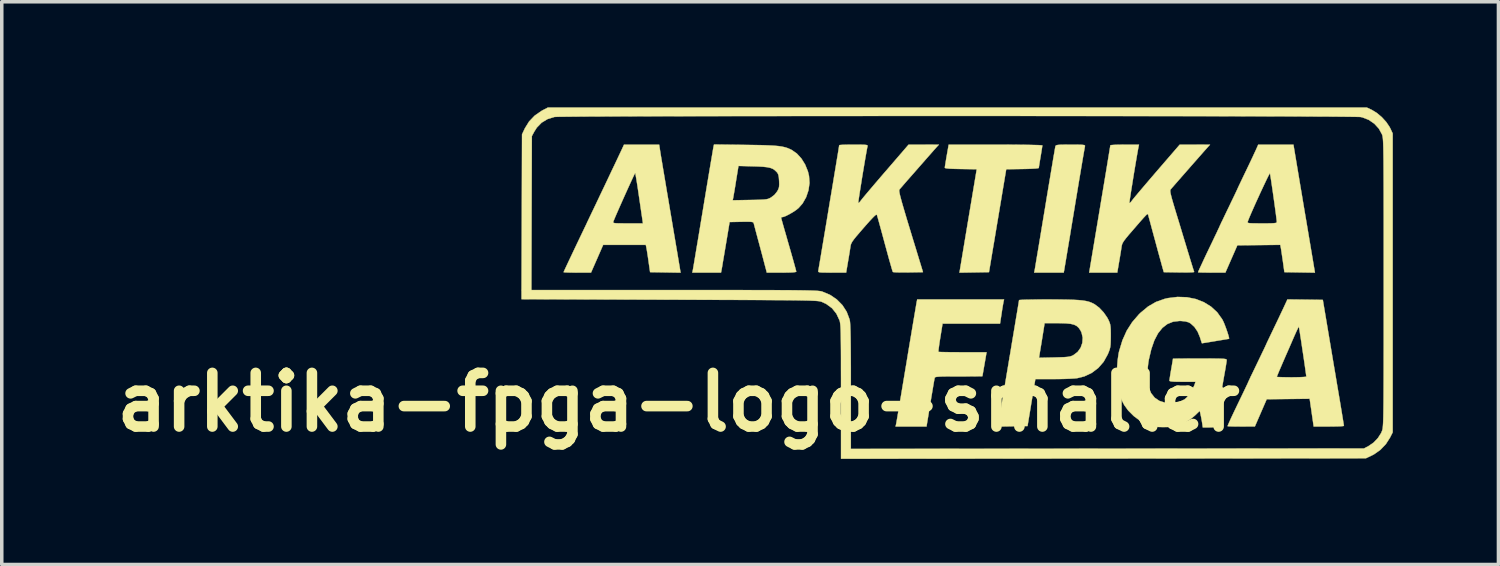
<source format=kicad_pcb>
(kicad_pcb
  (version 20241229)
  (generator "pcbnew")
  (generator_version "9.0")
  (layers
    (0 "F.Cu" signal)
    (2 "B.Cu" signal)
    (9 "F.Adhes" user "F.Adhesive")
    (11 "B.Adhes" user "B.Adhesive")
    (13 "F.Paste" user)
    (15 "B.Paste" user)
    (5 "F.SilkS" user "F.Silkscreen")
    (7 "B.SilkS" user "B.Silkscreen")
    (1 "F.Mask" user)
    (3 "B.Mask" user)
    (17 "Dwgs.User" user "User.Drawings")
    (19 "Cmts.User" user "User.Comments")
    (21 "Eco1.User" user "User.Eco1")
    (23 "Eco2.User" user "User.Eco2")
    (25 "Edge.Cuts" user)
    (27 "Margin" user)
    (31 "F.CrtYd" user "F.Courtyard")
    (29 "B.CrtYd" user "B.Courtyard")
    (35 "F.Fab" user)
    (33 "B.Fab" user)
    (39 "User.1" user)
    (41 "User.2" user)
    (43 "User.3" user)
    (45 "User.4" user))
  (footprint "arktika-fpga-logo-smaller"
    (layer "F.Cu")
    (at 23.847 5.84)
    (property "Reference" "arktika-fpga-logo-smaller" (at -7.62 2.54 0) (layer "F.SilkS") (effects (font (size 1.524 1.524) (thickness 0.3))))
    (attr through_hole)
    (fp_poly (pts (xy 1.665 -4.78) (xy 1.916 -4.778) (xy 2.141 -4.776) (xy 2.334 -4.774) (xy 2.493 -4.77) (xy 2.613 -4.767) (xy 2.69 -4.762) (xy 2.72 -4.758) (xy 2.721 -4.757) (xy 2.716 -4.724) (xy 2.705 -4.652) (xy 2.689 -4.551) (xy 2.67 -4.437) (xy 2.65 -4.319) (xy 2.634 -4.219) (xy 2.623 -4.148) (xy 2.619 -4.117) (xy 2.595 -4.11) (xy 2.528 -4.102) (xy 2.426 -4.096) (xy 2.297 -4.091) (xy 2.156 -4.088) (xy 1.694 -4.081) (xy 1.585 -3.432) (xy 1.552 -3.232) (xy 1.512 -2.995) (xy 1.469 -2.736) (xy 1.424 -2.47) (xy 1.381 -2.21) (xy 1.341 -1.971) (xy 1.34 -1.97) (xy 1.204 -1.157) (xy 0.784 -1.15) (xy 0.365 -1.143) (xy 0.61 -2.612) (xy 0.856 -4.081) (xy 0.402 -4.088) (xy 0.225 -4.092) (xy 0.094 -4.097) (xy 0.008 -4.105) (xy -0.039 -4.114) (xy -0.051 -4.124) (xy -0.047 -4.16) (xy -0.035 -4.234) (xy -0.018 -4.338) (xy 0.002 -4.459) (xy 0.004 -4.467) (xy 0.059 -4.78) (xy 1.39 -4.78) (xy 1.665 -4.78)) (stroke (width 0.01) (type solid)) (fill yes) (layer "F.SilkS"))
    (fp_poly (pts (xy 3.68 -4.78) (xy 3.791 -4.778) (xy 3.865 -4.774) (xy 3.908 -4.768) (xy 3.929 -4.758) (xy 3.933 -4.744) (xy 3.931 -4.735) (xy 3.925 -4.703) (xy 3.911 -4.625) (xy 3.89 -4.506) (xy 3.863 -4.348) (xy 3.831 -4.158) (xy 3.794 -3.938) (xy 3.753 -3.694) (xy 3.709 -3.428) (xy 3.662 -3.147) (xy 3.636 -2.987) (xy 3.588 -2.698) (xy 3.542 -2.422) (xy 3.5 -2.163) (xy 3.46 -1.927) (xy 3.425 -1.717) (xy 3.395 -1.538) (xy 3.371 -1.394) (xy 3.353 -1.289) (xy 3.343 -1.227) (xy 3.341 -1.214) (xy 3.327 -1.144) (xy 2.488 -1.144) (xy 2.502 -1.214) (xy 2.509 -1.251) (xy 2.523 -1.333) (xy 2.543 -1.457) (xy 2.57 -1.618) (xy 2.603 -1.812) (xy 2.64 -2.035) (xy 2.681 -2.282) (xy 2.725 -2.549) (xy 2.772 -2.832) (xy 2.798 -2.987) (xy 2.845 -3.276) (xy 2.891 -3.551) (xy 2.934 -3.807) (xy 2.973 -4.041) (xy 3.008 -4.248) (xy 3.037 -4.424) (xy 3.062 -4.565) (xy 3.079 -4.666) (xy 3.09 -4.724) (xy 3.092 -4.735) (xy 3.101 -4.752) (xy 3.123 -4.764) (xy 3.164 -4.772) (xy 3.231 -4.777) (xy 3.333 -4.779) (xy 3.476 -4.78) (xy 3.525 -4.78) (xy 3.68 -4.78)) (stroke (width 0.01) (type solid)) (fill yes) (layer "F.SilkS"))
    (fp_poly (pts (xy 1.619 -0.324) (xy 1.61 -0.277) (xy 1.595 -0.191) (xy 1.577 -0.082) (xy 1.562 0.019) (xy 1.518 0.305) (xy -0.115 0.305) (xy -0.179 0.7) (xy -0.201 0.836) (xy -0.217 0.953) (xy -0.229 1.042) (xy -0.233 1.096) (xy -0.232 1.107) (xy -0.205 1.11) (xy -0.133 1.113) (xy -0.024 1.115) (xy 0.116 1.117) (xy 0.279 1.118) (xy 0.457 1.119) (xy 1.135 1.119) (xy 1.077 1.456) (xy 1.055 1.58) (xy 1.037 1.684) (xy 1.024 1.76) (xy 1.018 1.797) (xy 1.018 1.799) (xy 0.993 1.801) (xy 0.924 1.802) (xy 0.818 1.803) (xy 0.681 1.804) (xy 0.519 1.805) (xy 0.345 1.805) (xy 0.142 1.805) (xy -0.016 1.806) (xy -0.135 1.808) (xy -0.219 1.812) (xy -0.277 1.817) (xy -0.312 1.824) (xy -0.33 1.834) (xy -0.339 1.847) (xy -0.339 1.85) (xy -0.347 1.886) (xy -0.361 1.965) (xy -0.381 2.081) (xy -0.405 2.225) (xy -0.433 2.391) (xy -0.461 2.562) (xy -0.571 3.229) (xy -1.45 3.229) (xy -1.437 3.172) (xy -1.43 3.137) (xy -1.416 3.057) (xy -1.395 2.935) (xy -1.368 2.776) (xy -1.336 2.584) (xy -1.298 2.364) (xy -1.257 2.118) (xy -1.213 1.853) (xy -1.166 1.572) (xy -1.143 1.437) (xy -1.096 1.149) (xy -1.05 0.875) (xy -1.007 0.619) (xy -0.968 0.385) (xy -0.933 0.178) (xy -0.903 0.001) (xy -0.879 -0.14) (xy -0.862 -0.242) (xy -0.852 -0.301) (xy -0.85 -0.311) (xy -0.835 -0.381) (xy 1.633 -0.381) (xy 1.619 -0.324)) (stroke (width 0.01) (type solid)) (fill yes) (layer "F.SilkS"))
    (fp_poly (pts (xy -8.141 -4.608) (xy -8.132 -4.552) (xy -8.116 -4.451) (xy -8.092 -4.31) (xy -8.063 -4.134) (xy -8.028 -3.927) (xy -7.989 -3.695) (xy -7.947 -3.443) (xy -7.901 -3.175) (xy -7.857 -2.911) (xy -7.81 -2.635) (xy -7.766 -2.372) (xy -7.724 -2.125) (xy -7.686 -1.9) (xy -7.652 -1.701) (xy -7.624 -1.533) (xy -7.602 -1.401) (xy -7.586 -1.31) (xy -7.579 -1.264) (xy -7.559 -1.143) (xy -8.425 -1.157) (xy -8.471 -1.475) (xy -8.489 -1.603) (xy -8.507 -1.718) (xy -8.522 -1.809) (xy -8.532 -1.862) (xy -8.532 -1.862) (xy -8.547 -1.932) (xy -9.759 -1.932) (xy -9.931 -1.538) (xy -10.104 -1.144) (xy -10.493 -1.144) (xy -10.627 -1.145) (xy -10.741 -1.147) (xy -10.827 -1.15) (xy -10.875 -1.154) (xy -10.882 -1.156) (xy -10.872 -1.182) (xy -10.842 -1.247) (xy -10.797 -1.344) (xy -10.739 -1.467) (xy -10.671 -1.61) (xy -10.63 -1.697) (xy -10.501 -1.969) (xy -10.368 -2.247) (xy -10.233 -2.529) (xy -10.214 -2.571) (xy -9.475 -2.571) (xy -9.465 -2.559) (xy -9.435 -2.551) (xy -9.379 -2.546) (xy -9.289 -2.544) (xy -9.159 -2.543) (xy -9.059 -2.543) (xy -8.628 -2.543) (xy -8.732 -3.252) (xy -8.759 -3.436) (xy -8.784 -3.604) (xy -8.807 -3.747) (xy -8.826 -3.861) (xy -8.84 -3.939) (xy -8.847 -3.974) (xy -8.848 -3.975) (xy -8.86 -3.955) (xy -8.89 -3.895) (xy -8.933 -3.803) (xy -8.988 -3.684) (xy -9.051 -3.546) (xy -9.119 -3.396) (xy -9.189 -3.24) (xy -9.258 -3.085) (xy -9.323 -2.938) (xy -9.381 -2.806) (xy -9.428 -2.696) (xy -9.462 -2.614) (xy -9.472 -2.587) (xy -9.475 -2.571) (xy -10.214 -2.571) (xy -10.1 -2.81) (xy -9.968 -3.086) (xy -9.842 -3.352) (xy -9.721 -3.605) (xy -9.609 -3.841) (xy -9.508 -4.055) (xy -9.418 -4.243) (xy -9.343 -4.402) (xy -9.284 -4.527) (xy -9.243 -4.614) (xy -9.222 -4.659) (xy -9.166 -4.78) (xy -8.168 -4.78) (xy -8.141 -4.608)) (stroke (width 0.01) (type solid)) (fill yes) (layer "F.SilkS"))
    (fp_poly (pts (xy 3.176 -0.38) (xy 3.402 -0.377) (xy 3.588 -0.372) (xy 3.74 -0.364) (xy 3.864 -0.352) (xy 3.965 -0.336) (xy 4.048 -0.315) (xy 4.12 -0.288) (xy 4.185 -0.256) (xy 4.206 -0.244) (xy 4.337 -0.146) (xy 4.461 -0.014) (xy 4.564 0.134) (xy 4.598 0.199) (xy 4.627 0.264) (xy 4.646 0.323) (xy 4.657 0.388) (xy 4.663 0.473) (xy 4.665 0.59) (xy 4.665 0.661) (xy 4.663 0.796) (xy 4.659 0.895) (xy 4.65 0.971) (xy 4.633 1.04) (xy 4.606 1.114) (xy 4.577 1.182) (xy 4.463 1.388) (xy 4.311 1.563) (xy 4.127 1.703) (xy 3.917 1.803) (xy 3.712 1.855) (xy 3.634 1.863) (xy 3.517 1.87) (xy 3.371 1.876) (xy 3.208 1.88) (xy 3.039 1.881) (xy 3.034 1.881) (xy 2.522 1.881) (xy 2.493 2.053) (xy 2.479 2.133) (xy 2.46 2.252) (xy 2.435 2.398) (xy 2.408 2.56) (xy 2.382 2.721) (xy 2.299 3.216) (xy 1.458 3.23) (xy 1.758 1.443) (xy 1.786 1.276) (xy 2.625 1.276) (xy 3.061 1.267) (xy 3.223 1.262) (xy 3.343 1.258) (xy 3.431 1.251) (xy 3.496 1.241) (xy 3.546 1.227) (xy 3.59 1.207) (xy 3.605 1.199) (xy 3.723 1.11) (xy 3.808 0.991) (xy 3.857 0.853) (xy 3.867 0.706) (xy 3.835 0.562) (xy 3.803 0.496) (xy 3.754 0.425) (xy 3.696 0.372) (xy 3.622 0.335) (xy 3.523 0.311) (xy 3.393 0.298) (xy 3.222 0.293) (xy 3.154 0.292) (xy 2.785 0.292) (xy 2.742 0.559) (xy 2.719 0.703) (xy 2.694 0.859) (xy 2.67 1.002) (xy 2.662 1.051) (xy 2.625 1.276) (xy 1.786 1.276) (xy 1.808 1.149) (xy 1.854 0.868) (xy 1.898 0.607) (xy 1.938 0.368) (xy 1.973 0.156) (xy 2.004 -0.025) (xy 2.028 -0.172) (xy 2.046 -0.28) (xy 2.056 -0.344) (xy 2.059 -0.362) (xy 2.083 -0.367) (xy 2.153 -0.371) (xy 2.261 -0.375) (xy 2.403 -0.377) (xy 2.572 -0.38) (xy 2.762 -0.381) (xy 2.905 -0.381) (xy 3.176 -0.38)) (stroke (width 0.01) (type solid)) (fill yes) (layer "F.SilkS"))
    (fp_poly (pts (xy 9.975 -4.062) (xy 10.007 -3.872) (xy 10.045 -3.643) (xy 10.089 -3.384) (xy 10.135 -3.107) (xy 10.183 -2.823) (xy 10.231 -2.541) (xy 10.276 -2.273) (xy 10.281 -2.243) (xy 10.466 -1.143) (xy 9.598 -1.157) (xy 9.556 -1.46) (xy 9.537 -1.587) (xy 9.52 -1.704) (xy 9.506 -1.797) (xy 9.497 -1.848) (xy 9.481 -1.933) (xy 8.871 -1.926) (xy 8.261 -1.92) (xy 7.921 -1.144) (xy 7.533 -1.144) (xy 7.399 -1.145) (xy 7.285 -1.146) (xy 7.2 -1.149) (xy 7.152 -1.152) (xy 7.145 -1.153) (xy 7.155 -1.181) (xy 7.186 -1.251) (xy 7.235 -1.356) (xy 7.299 -1.494) (xy 7.376 -1.658) (xy 7.465 -1.844) (xy 7.549 -2.018) (xy 7.613 -2.153) (xy 7.67 -2.271) (xy 7.714 -2.366) (xy 7.744 -2.429) (xy 7.755 -2.454) (xy 7.755 -2.454) (xy 7.765 -2.478) (xy 7.795 -2.541) (xy 7.809 -2.571) (xy 8.552 -2.571) (xy 8.563 -2.559) (xy 8.594 -2.551) (xy 8.652 -2.546) (xy 8.744 -2.544) (xy 8.876 -2.543) (xy 8.961 -2.543) (xy 9.117 -2.543) (xy 9.229 -2.545) (xy 9.304 -2.549) (xy 9.35 -2.555) (xy 9.374 -2.565) (xy 9.382 -2.58) (xy 9.382 -2.587) (xy 9.379 -2.625) (xy 9.369 -2.706) (xy 9.355 -2.819) (xy 9.336 -2.957) (xy 9.315 -3.112) (xy 9.292 -3.276) (xy 9.269 -3.439) (xy 9.246 -3.594) (xy 9.226 -3.733) (xy 9.208 -3.846) (xy 9.195 -3.927) (xy 9.188 -3.965) (xy 9.188 -3.966) (xy 9.176 -3.951) (xy 9.146 -3.897) (xy 9.102 -3.809) (xy 9.047 -3.694) (xy 8.984 -3.56) (xy 8.915 -3.413) (xy 8.845 -3.259) (xy 8.775 -3.106) (xy 8.71 -2.96) (xy 8.652 -2.828) (xy 8.604 -2.716) (xy 8.57 -2.631) (xy 8.554 -2.587) (xy 8.552 -2.571) (xy 7.809 -2.571) (xy 7.841 -2.637) (xy 7.899 -2.759) (xy 7.967 -2.901) (xy 8.009 -2.987) (xy 8.081 -3.138) (xy 8.146 -3.272) (xy 8.199 -3.383) (xy 8.238 -3.466) (xy 8.26 -3.513) (xy 8.263 -3.521) (xy 8.274 -3.545) (xy 8.303 -3.608) (xy 8.348 -3.702) (xy 8.405 -3.822) (xy 8.471 -3.96) (xy 8.488 -3.995) (xy 8.562 -4.149) (xy 8.633 -4.298) (xy 8.697 -4.433) (xy 8.748 -4.544) (xy 8.783 -4.619) (xy 8.784 -4.621) (xy 8.855 -4.78) (xy 9.855 -4.78) (xy 9.975 -4.062)) (stroke (width 0.01) (type solid)) (fill yes) (layer "F.SilkS"))
    (fp_poly (pts (xy 10.187 -0.376) (xy 10.69 -0.369) (xy 10.846 0.559) (xy 10.89 0.822) (xy 10.939 1.113) (xy 10.99 1.418) (xy 11.042 1.722) (xy 11.09 2.011) (xy 11.134 2.269) (xy 11.146 2.339) (xy 11.18 2.541) (xy 11.211 2.727) (xy 11.238 2.891) (xy 11.26 3.027) (xy 11.277 3.13) (xy 11.287 3.193) (xy 11.289 3.21) (xy 11.265 3.216) (xy 11.198 3.222) (xy 11.097 3.226) (xy 10.97 3.228) (xy 10.86 3.229) (xy 10.43 3.229) (xy 10.4 3.019) (xy 10.381 2.889) (xy 10.361 2.747) (xy 10.343 2.626) (xy 10.343 2.625) (xy 10.316 2.44) (xy 9.095 2.454) (xy 8.927 2.841) (xy 8.759 3.228) (xy 8.371 3.229) (xy 8.237 3.228) (xy 8.124 3.227) (xy 8.038 3.224) (xy 7.991 3.221) (xy 7.984 3.219) (xy 7.995 3.187) (xy 8.028 3.111) (xy 8.081 2.994) (xy 8.154 2.838) (xy 8.246 2.646) (xy 8.337 2.457) (xy 8.406 2.314) (xy 8.467 2.187) (xy 8.516 2.083) (xy 8.551 2.01) (xy 8.567 1.973) (xy 8.568 1.97) (xy 8.579 1.946) (xy 8.609 1.882) (xy 8.639 1.817) (xy 9.382 1.817) (xy 9.406 1.822) (xy 9.473 1.825) (xy 9.573 1.828) (xy 9.699 1.83) (xy 9.802 1.831) (xy 9.941 1.829) (xy 10.061 1.826) (xy 10.153 1.821) (xy 10.208 1.815) (xy 10.221 1.81) (xy 10.217 1.777) (xy 10.207 1.703) (xy 10.192 1.595) (xy 10.173 1.461) (xy 10.151 1.31) (xy 10.127 1.148) (xy 10.102 0.985) (xy 10.079 0.826) (xy 10.056 0.681) (xy 10.037 0.558) (xy 10.022 0.463) (xy 10.012 0.405) (xy 10.009 0.39) (xy 9.997 0.409) (xy 9.968 0.466) (xy 9.927 0.554) (xy 9.878 0.663) (xy 9.865 0.693) (xy 9.745 0.97) (xy 9.643 1.202) (xy 9.56 1.393) (xy 9.495 1.545) (xy 9.445 1.661) (xy 9.411 1.743) (xy 9.39 1.794) (xy 9.382 1.816) (xy 9.382 1.817) (xy 8.639 1.817) (xy 8.654 1.786) (xy 8.713 1.664) (xy 8.781 1.522) (xy 8.823 1.435) (xy 8.895 1.285) (xy 8.959 1.151) (xy 9.013 1.04) (xy 9.052 0.957) (xy 9.073 0.911) (xy 9.077 0.903) (xy 9.087 0.879) (xy 9.116 0.816) (xy 9.161 0.723) (xy 9.217 0.605) (xy 9.282 0.47) (xy 9.283 0.467) (xy 9.357 0.313) (xy 9.431 0.158) (xy 9.499 0.014) (xy 9.556 -0.106) (xy 9.587 -0.172) (xy 9.684 -0.382) (xy 10.187 -0.376)) (stroke (width 0.01) (type solid)) (fill yes) (layer "F.SilkS"))
    (fp_poly (pts (xy 5.454 -4.723) (xy 5.443 -4.667) (xy 5.426 -4.572) (xy 5.404 -4.447) (xy 5.379 -4.299) (xy 5.351 -4.134) (xy 5.322 -3.961) (xy 5.294 -3.786) (xy 5.267 -3.617) (xy 5.242 -3.462) (xy 5.221 -3.327) (xy 5.205 -3.22) (xy 5.196 -3.149) (xy 5.193 -3.121) (xy 5.211 -3.125) (xy 5.246 -3.163) (xy 5.27 -3.195) (xy 5.302 -3.236) (xy 5.364 -3.311) (xy 5.45 -3.414) (xy 5.557 -3.54) (xy 5.681 -3.686) (xy 5.818 -3.846) (xy 5.963 -4.015) (xy 5.981 -4.036) (xy 6.623 -4.779) (xy 7.054 -4.779) (xy 7.485 -4.78) (xy 7.421 -4.71) (xy 7.389 -4.674) (xy 7.329 -4.607) (xy 7.247 -4.514) (xy 7.147 -4.4) (xy 7.036 -4.274) (xy 6.918 -4.14) (xy 6.799 -4.004) (xy 6.684 -3.873) (xy 6.579 -3.753) (xy 6.489 -3.65) (xy 6.419 -3.57) (xy 6.375 -3.519) (xy 6.364 -3.507) (xy 6.356 -3.488) (xy 6.355 -3.457) (xy 6.361 -3.407) (xy 6.378 -3.334) (xy 6.405 -3.231) (xy 6.445 -3.093) (xy 6.498 -2.915) (xy 6.531 -2.807) (xy 6.595 -2.598) (xy 6.663 -2.374) (xy 6.731 -2.148) (xy 6.796 -1.935) (xy 6.852 -1.749) (xy 6.878 -1.665) (xy 6.923 -1.516) (xy 6.964 -1.384) (xy 6.997 -1.276) (xy 7.022 -1.2) (xy 7.034 -1.164) (xy 7.035 -1.163) (xy 7.015 -1.157) (xy 6.952 -1.152) (xy 6.854 -1.149) (xy 6.729 -1.149) (xy 6.609 -1.15) (xy 6.171 -1.157) (xy 6.114 -1.36) (xy 6.091 -1.445) (xy 6.057 -1.568) (xy 6.015 -1.72) (xy 5.969 -1.89) (xy 5.921 -2.069) (xy 5.899 -2.148) (xy 5.854 -2.315) (xy 5.813 -2.468) (xy 5.778 -2.598) (xy 5.75 -2.699) (xy 5.733 -2.764) (xy 5.728 -2.781) (xy 5.723 -2.798) (xy 5.717 -2.808) (xy 5.705 -2.807) (xy 5.683 -2.791) (xy 5.648 -2.756) (xy 5.595 -2.699) (xy 5.521 -2.616) (xy 5.422 -2.502) (xy 5.294 -2.354) (xy 5.284 -2.342) (xy 5.175 -2.217) (xy 5.096 -2.121) (xy 5.041 -2.049) (xy 5.006 -1.993) (xy 4.985 -1.945) (xy 4.974 -1.899) (xy 4.972 -1.885) (xy 4.961 -1.813) (xy 4.944 -1.705) (xy 4.923 -1.578) (xy 4.902 -1.456) (xy 4.849 -1.144) (xy 4.051 -1.144) (xy 4.352 -2.943) (xy 4.401 -3.239) (xy 4.448 -3.52) (xy 4.492 -3.783) (xy 4.532 -4.023) (xy 4.567 -4.236) (xy 4.597 -4.419) (xy 4.621 -4.566) (xy 4.639 -4.675) (xy 4.65 -4.741) (xy 4.653 -4.761) (xy 4.677 -4.767) (xy 4.743 -4.773) (xy 4.843 -4.777) (xy 4.969 -4.779) (xy 5.06 -4.78) (xy 5.467 -4.78) (xy 5.454 -4.723)) (stroke (width 0.01) (type solid)) (fill yes) (layer "F.SilkS"))
    (fp_poly (pts (xy -5.713 -4.773) (xy -5.447 -4.769) (xy -5.226 -4.765) (xy -5.044 -4.758) (xy -4.896 -4.75) (xy -4.775 -4.739) (xy -4.676 -4.724) (xy -4.594 -4.706) (xy -4.521 -4.683) (xy -4.453 -4.654) (xy -4.403 -4.63) (xy -4.257 -4.529) (xy -4.127 -4.387) (xy -4.02 -4.215) (xy -3.941 -4.02) (xy -3.91 -3.891) (xy -3.896 -3.69) (xy -3.925 -3.484) (xy -3.992 -3.286) (xy -4.093 -3.108) (xy -4.207 -2.979) (xy -4.28 -2.92) (xy -4.374 -2.858) (xy -4.475 -2.8) (xy -4.569 -2.753) (xy -4.644 -2.725) (xy -4.672 -2.721) (xy -4.702 -2.712) (xy -4.704 -2.707) (xy -4.697 -2.68) (xy -4.678 -2.611) (xy -4.648 -2.504) (xy -4.609 -2.367) (xy -4.562 -2.206) (xy -4.511 -2.025) (xy -4.488 -1.946) (xy -4.434 -1.759) (xy -4.385 -1.587) (xy -4.343 -1.437) (xy -4.309 -1.314) (xy -4.285 -1.226) (xy -4.273 -1.178) (xy -4.271 -1.171) (xy -4.297 -1.16) (xy -4.372 -1.151) (xy -4.496 -1.146) (xy -4.668 -1.144) (xy -4.69 -1.144) (xy -5.109 -1.144) (xy -5.133 -1.239) (xy -5.157 -1.328) (xy -5.188 -1.446) (xy -5.225 -1.587) (xy -5.266 -1.742) (xy -5.309 -1.903) (xy -5.352 -2.062) (xy -5.392 -2.212) (xy -5.427 -2.343) (xy -5.455 -2.449) (xy -5.474 -2.521) (xy -5.482 -2.55) (xy -5.492 -2.568) (xy -5.514 -2.58) (xy -5.557 -2.587) (xy -5.629 -2.59) (xy -5.738 -2.59) (xy -5.831 -2.588) (xy -6.166 -2.581) (xy -6.272 -1.945) (xy -6.302 -1.767) (xy -6.33 -1.601) (xy -6.355 -1.456) (xy -6.374 -1.339) (xy -6.388 -1.259) (xy -6.394 -1.227) (xy -6.41 -1.144) (xy -7.225 -1.144) (xy -7.211 -1.214) (xy -7.204 -1.251) (xy -7.19 -1.333) (xy -7.169 -1.457) (xy -7.142 -1.618) (xy -7.11 -1.812) (xy -7.072 -2.035) (xy -7.031 -2.281) (xy -6.987 -2.548) (xy -6.94 -2.83) (xy -6.916 -2.975) (xy -6.879 -3.199) (xy -6.079 -3.199) (xy -5.588 -3.208) (xy -5.418 -3.211) (xy -5.289 -3.215) (xy -5.195 -3.22) (xy -5.128 -3.227) (xy -5.077 -3.238) (xy -5.036 -3.254) (xy -4.996 -3.275) (xy -4.987 -3.28) (xy -4.887 -3.358) (xy -4.813 -3.452) (xy -4.779 -3.517) (xy -4.761 -3.577) (xy -4.756 -3.652) (xy -4.759 -3.749) (xy -4.767 -3.854) (xy -4.781 -3.924) (xy -4.805 -3.975) (xy -4.831 -4.006) (xy -4.884 -4.056) (xy -4.941 -4.094) (xy -5.011 -4.121) (xy -5.103 -4.14) (xy -5.225 -4.153) (xy -5.384 -4.161) (xy -5.493 -4.164) (xy -5.914 -4.175) (xy -5.984 -3.747) (xy -6.007 -3.601) (xy -6.029 -3.469) (xy -6.048 -3.361) (xy -6.061 -3.286) (xy -6.066 -3.258) (xy -6.079 -3.199) (xy -6.879 -3.199) (xy -6.868 -3.263) (xy -6.823 -3.537) (xy -6.78 -3.794) (xy -6.741 -4.028) (xy -6.706 -4.235) (xy -6.676 -4.412) (xy -6.652 -4.553) (xy -6.635 -4.655) (xy -6.624 -4.714) (xy -6.622 -4.725) (xy -6.609 -4.784) (xy -5.713 -4.773)) (stroke (width 0.01) (type solid)) (fill yes) (layer "F.SilkS"))
    (fp_poly (pts (xy -0.284 -4.71) (xy -0.315 -4.675) (xy -0.375 -4.608) (xy -0.457 -4.514) (xy -0.557 -4.401) (xy -0.668 -4.274) (xy -0.786 -4.14) (xy -0.905 -4.004) (xy -1.02 -3.873) (xy -1.126 -3.753) (xy -1.216 -3.649) (xy -1.285 -3.569) (xy -1.329 -3.519) (xy -1.339 -3.507) (xy -1.345 -3.495) (xy -1.347 -3.475) (xy -1.345 -3.444) (xy -1.337 -3.399) (xy -1.323 -3.336) (xy -1.301 -3.252) (xy -1.272 -3.145) (xy -1.233 -3.01) (xy -1.184 -2.844) (xy -1.125 -2.645) (xy -1.053 -2.409) (xy -0.969 -2.132) (xy -0.871 -1.813) (xy -0.803 -1.589) (xy -0.671 -1.157) (xy -1.09 -1.15) (xy -1.231 -1.149) (xy -1.354 -1.15) (xy -1.45 -1.153) (xy -1.511 -1.158) (xy -1.527 -1.163) (xy -1.538 -1.191) (xy -1.56 -1.263) (xy -1.591 -1.372) (xy -1.631 -1.511) (xy -1.676 -1.676) (xy -1.726 -1.859) (xy -1.753 -1.958) (xy -1.805 -2.15) (xy -1.853 -2.328) (xy -1.896 -2.485) (xy -1.932 -2.615) (xy -1.959 -2.712) (xy -1.976 -2.769) (xy -1.979 -2.781) (xy -1.991 -2.791) (xy -2.014 -2.782) (xy -2.051 -2.751) (xy -2.108 -2.694) (xy -2.188 -2.608) (xy -2.295 -2.488) (xy -2.356 -2.418) (xy -2.476 -2.279) (xy -2.567 -2.173) (xy -2.632 -2.092) (xy -2.677 -2.03) (xy -2.705 -1.98) (xy -2.722 -1.937) (xy -2.731 -1.895) (xy -2.732 -1.887) (xy -2.743 -1.814) (xy -2.76 -1.706) (xy -2.781 -1.578) (xy -2.802 -1.456) (xy -2.855 -1.144) (xy -3.256 -1.144) (xy -3.407 -1.145) (xy -3.514 -1.146) (xy -3.585 -1.15) (xy -3.626 -1.157) (xy -3.644 -1.168) (xy -3.648 -1.183) (xy -3.647 -1.189) (xy -3.641 -1.221) (xy -3.628 -1.298) (xy -3.608 -1.416) (xy -3.582 -1.568) (xy -3.552 -1.75) (xy -3.517 -1.957) (xy -3.479 -2.184) (xy -3.438 -2.427) (xy -3.396 -2.68) (xy -3.353 -2.939) (xy -3.31 -3.199) (xy -3.267 -3.454) (xy -3.226 -3.7) (xy -3.188 -3.933) (xy -3.152 -4.146) (xy -3.121 -4.336) (xy -3.094 -4.497) (xy -3.073 -4.625) (xy -3.059 -4.714) (xy -3.052 -4.76) (xy -3.051 -4.765) (xy -3.027 -4.77) (xy -2.961 -4.775) (xy -2.86 -4.778) (xy -2.735 -4.78) (xy -2.643 -4.78) (xy -2.49 -4.78) (xy -2.381 -4.778) (xy -2.309 -4.774) (xy -2.267 -4.768) (xy -2.248 -4.757) (xy -2.245 -4.743) (xy -2.247 -4.735) (xy -2.257 -4.692) (xy -2.272 -4.607) (xy -2.293 -4.49) (xy -2.318 -4.347) (xy -2.345 -4.186) (xy -2.374 -4.014) (xy -2.403 -3.839) (xy -2.43 -3.667) (xy -2.456 -3.507) (xy -2.478 -3.365) (xy -2.495 -3.25) (xy -2.507 -3.167) (xy -2.511 -3.126) (xy -2.511 -3.123) (xy -2.494 -3.126) (xy -2.458 -3.163) (xy -2.434 -3.195) (xy -2.402 -3.236) (xy -2.34 -3.311) (xy -2.254 -3.414) (xy -2.147 -3.54) (xy -2.023 -3.686) (xy -1.886 -3.846) (xy -1.741 -4.015) (xy -1.722 -4.036) (xy -1.081 -4.779) (xy -0.65 -4.779) (xy -0.219 -4.78) (xy -0.284 -4.71)) (stroke (width 0.01) (type solid)) (fill yes) (layer "F.SilkS"))
    (fp_poly (pts (xy 6.829 -0.444) (xy 7.079 -0.394) (xy 7.309 -0.304) (xy 7.513 -0.178) (xy 7.688 -0.017) (xy 7.828 0.178) (xy 7.849 0.216) (xy 7.88 0.283) (xy 7.915 0.371) (xy 7.951 0.469) (xy 7.984 0.566) (xy 8.01 0.65) (xy 8.025 0.711) (xy 8.026 0.737) (xy 8.025 0.737) (xy 7.999 0.741) (xy 7.932 0.752) (xy 7.832 0.769) (xy 7.709 0.789) (xy 7.639 0.801) (xy 7.507 0.823) (xy 7.394 0.842) (xy 7.31 0.855) (xy 7.262 0.863) (xy 7.255 0.864) (xy 7.246 0.842) (xy 7.227 0.783) (xy 7.201 0.7) (xy 7.199 0.692) (xy 7.132 0.532) (xy 7.04 0.397) (xy 6.931 0.299) (xy 6.881 0.27) (xy 6.788 0.243) (xy 6.662 0.23) (xy 6.618 0.229) (xy 6.436 0.251) (xy 6.273 0.316) (xy 6.131 0.426) (xy 6.007 0.581) (xy 5.902 0.782) (xy 5.816 1.03) (xy 5.747 1.324) (xy 5.732 1.408) (xy 5.701 1.678) (xy 5.704 1.914) (xy 5.741 2.115) (xy 5.81 2.281) (xy 5.912 2.41) (xy 6.046 2.501) (xy 6.21 2.553) (xy 6.405 2.564) (xy 6.447 2.562) (xy 6.612 2.529) (xy 6.755 2.462) (xy 6.866 2.366) (xy 6.881 2.347) (xy 6.938 2.258) (xy 6.996 2.151) (xy 7.041 2.051) (xy 7.054 2.015) (xy 7.072 1.958) (xy 6.701 1.958) (xy 6.548 1.957) (xy 6.44 1.953) (xy 6.372 1.946) (xy 6.338 1.936) (xy 6.331 1.926) (xy 6.335 1.889) (xy 6.347 1.814) (xy 6.363 1.711) (xy 6.382 1.602) (xy 6.402 1.487) (xy 6.418 1.392) (xy 6.429 1.327) (xy 6.432 1.303) (xy 6.457 1.301) (xy 6.526 1.3) (xy 6.633 1.299) (xy 6.773 1.298) (xy 6.939 1.297) (xy 7.124 1.297) (xy 7.195 1.297) (xy 7.413 1.297) (xy 7.585 1.298) (xy 7.716 1.299) (xy 7.813 1.302) (xy 7.88 1.306) (xy 7.923 1.312) (xy 7.946 1.32) (xy 7.957 1.331) (xy 7.958 1.341) (xy 7.954 1.383) (xy 7.942 1.463) (xy 7.925 1.569) (xy 7.908 1.665) (xy 7.888 1.774) (xy 7.862 1.922) (xy 7.832 2.095) (xy 7.799 2.283) (xy 7.766 2.474) (xy 7.754 2.543) (xy 7.725 2.714) (xy 7.698 2.871) (xy 7.674 3.005) (xy 7.655 3.11) (xy 7.643 3.178) (xy 7.639 3.197) (xy 7.628 3.228) (xy 7.604 3.245) (xy 7.554 3.253) (xy 7.467 3.254) (xy 7.453 3.254) (xy 7.279 3.254) (xy 7.264 3.146) (xy 7.249 3.053) (xy 7.229 2.946) (xy 7.221 2.911) (xy 7.194 2.783) (xy 7.053 2.919) (xy 6.913 3.033) (xy 6.751 3.131) (xy 6.723 3.145) (xy 6.632 3.186) (xy 6.558 3.213) (xy 6.482 3.229) (xy 6.39 3.238) (xy 6.263 3.244) (xy 6.26 3.244) (xy 6.134 3.245) (xy 6.013 3.242) (xy 5.915 3.234) (xy 5.873 3.228) (xy 5.685 3.166) (xy 5.495 3.064) (xy 5.316 2.93) (xy 5.16 2.774) (xy 5.048 2.62) (xy 4.996 2.521) (xy 4.944 2.4) (xy 4.904 2.288) (xy 4.871 2.141) (xy 4.85 1.958) (xy 4.842 1.754) (xy 4.845 1.542) (xy 4.861 1.337) (xy 4.888 1.152) (xy 4.902 1.089) (xy 4.996 0.779) (xy 5.118 0.507) (xy 5.273 0.264) (xy 5.465 0.041) (xy 5.513 -0.005) (xy 5.725 -0.181) (xy 5.948 -0.31) (xy 6.189 -0.396) (xy 6.285 -0.419) (xy 6.563 -0.453) (xy 6.829 -0.444)) (stroke (width 0.01) (type solid)) (fill yes) (layer "F.SilkS"))
    (fp_poly (pts (xy 12.085 -5.766) (xy 12.224 -5.681) (xy 12.365 -5.562) (xy 12.49 -5.425) (xy 12.586 -5.283) (xy 12.606 -5.245) (xy 12.675 -5.098) (xy 12.675 3.394) (xy 12.598 3.546) (xy 12.48 3.73) (xy 12.325 3.891) (xy 12.146 4.018) (xy 12.085 4.05) (xy 11.912 4.132) (xy -3 4.145) (xy -3 2.242) (xy -3 1.882) (xy -3.001 1.569) (xy -3.001 1.299) (xy -3.002 1.07) (xy -3.004 0.877) (xy -3.006 0.717) (xy -3.008 0.587) (xy -3.011 0.482) (xy -3.015 0.4) (xy -3.02 0.336) (xy -3.026 0.287) (xy -3.032 0.25) (xy -3.04 0.221) (xy -3.042 0.214) (xy -3.131 0.023) (xy -3.255 -0.132) (xy -3.416 -0.251) (xy -3.543 -0.311) (xy -3.561 -0.318) (xy -3.581 -0.323) (xy -3.606 -0.329) (xy -3.638 -0.334) (xy -3.678 -0.338) (xy -3.731 -0.342) (xy -3.797 -0.345) (xy -3.88 -0.349) (xy -3.981 -0.352) (xy -4.103 -0.354) (xy -4.249 -0.357) (xy -4.42 -0.359) (xy -4.62 -0.361) (xy -4.85 -0.362) (xy -5.112 -0.364) (xy -5.41 -0.366) (xy -5.745 -0.367) (xy -6.121 -0.369) (xy -6.538 -0.37) (xy -7 -0.372) (xy -7.509 -0.374) (xy -7.876 -0.375) (xy -12.078 -0.389) (xy -12.078 -0.648) (xy -11.798 -0.648) (xy -7.736 -0.648) (xy -7.202 -0.648) (xy -6.717 -0.648) (xy -6.277 -0.648) (xy -5.882 -0.648) (xy -5.527 -0.647) (xy -5.212 -0.647) (xy -4.932 -0.646) (xy -4.688 -0.645) (xy -4.474 -0.644) (xy -4.29 -0.642) (xy -4.133 -0.64) (xy -4.001 -0.638) (xy -3.891 -0.635) (xy -3.8 -0.633) (xy -3.727 -0.629) (xy -3.669 -0.626) (xy -3.623 -0.621) (xy -3.588 -0.617) (xy -3.56 -0.612) (xy -3.538 -0.606) (xy -3.532 -0.604) (xy -3.313 -0.512) (xy -3.122 -0.383) (xy -2.962 -0.221) (xy -2.84 -0.032) (xy -2.76 0.178) (xy -2.749 0.224) (xy -2.743 0.278) (xy -2.737 0.375) (xy -2.732 0.516) (xy -2.728 0.702) (xy -2.725 0.935) (xy -2.723 1.215) (xy -2.721 1.543) (xy -2.721 1.92) (xy -2.721 2.112) (xy -2.721 3.865) (xy 4.57 3.858) (xy 11.861 3.852) (xy 11.991 3.783) (xy 12.132 3.686) (xy 12.255 3.557) (xy 12.347 3.413) (xy 12.374 3.348) (xy 12.38 3.329) (xy 12.386 3.306) (xy 12.391 3.277) (xy 12.395 3.24) (xy 12.399 3.191) (xy 12.403 3.13) (xy 12.406 3.053) (xy 12.409 2.957) (xy 12.411 2.842) (xy 12.413 2.703) (xy 12.415 2.539) (xy 12.416 2.348) (xy 12.417 2.127) (xy 12.418 1.873) (xy 12.419 1.585) (xy 12.419 1.259) (xy 12.42 0.894) (xy 12.42 0.487) (xy 12.42 0.036) (xy 12.42 -0.462) (xy 12.42 -0.864) (xy 12.42 -1.398) (xy 12.42 -1.883) (xy 12.42 -2.322) (xy 12.42 -2.717) (xy 12.419 -3.071) (xy 12.419 -3.386) (xy 12.418 -3.665) (xy 12.417 -3.909) (xy 12.416 -4.122) (xy 12.415 -4.305) (xy 12.413 -4.461) (xy 12.411 -4.593) (xy 12.409 -4.703) (xy 12.406 -4.792) (xy 12.403 -4.865) (xy 12.399 -4.922) (xy 12.395 -4.967) (xy 12.39 -5.001) (xy 12.385 -5.028) (xy 12.38 -5.049) (xy 12.373 -5.067) (xy 12.372 -5.071) (xy 12.282 -5.235) (xy 12.154 -5.375) (xy 11.996 -5.484) (xy 11.817 -5.554) (xy 11.761 -5.566) (xy 11.724 -5.568) (xy 11.638 -5.57) (xy 11.505 -5.572) (xy 11.327 -5.574) (xy 11.107 -5.576) (xy 10.845 -5.578) (xy 10.545 -5.579) (xy 10.207 -5.581) (xy 9.835 -5.583) (xy 9.43 -5.584) (xy 8.993 -5.585) (xy 8.528 -5.586) (xy 8.035 -5.588) (xy 7.518 -5.589) (xy 6.977 -5.59) (xy 6.415 -5.591) (xy 5.835 -5.591) (xy 5.237 -5.592) (xy 4.624 -5.593) (xy 3.997 -5.593) (xy 3.36 -5.594) (xy 2.713 -5.594) (xy 2.059 -5.595) (xy 1.4 -5.595) (xy 0.738 -5.595) (xy 0.074 -5.595) (xy -0.589 -5.595) (xy -1.249 -5.595) (xy -1.904 -5.595) (xy -2.553 -5.594) (xy -3.194 -5.594) (xy -3.823 -5.594) (xy -4.44 -5.593) (xy -5.043 -5.592) (xy -5.629 -5.592) (xy -6.196 -5.591) (xy -6.743 -5.59) (xy -7.267 -5.589) (xy -7.767 -5.588) (xy -8.24 -5.587) (xy -8.685 -5.586) (xy -9.1 -5.584) (xy -9.482 -5.583) (xy -9.829 -5.581) (xy -10.141 -5.58) (xy -10.414 -5.578) (xy -10.646 -5.576) (xy -10.836 -5.574) (xy -10.982 -5.573) (xy -11.082 -5.57) (xy -11.133 -5.568) (xy -11.139 -5.568) (xy -11.338 -5.507) (xy -11.507 -5.405) (xy -11.644 -5.264) (xy -11.717 -5.149) (xy -11.785 -5.022) (xy -11.792 -2.835) (xy -11.798 -0.648) (xy -12.078 -0.648) (xy -12.071 -2.731) (xy -12.064 -5.072) (xy -11.983 -5.244) (xy -11.864 -5.437) (xy -11.706 -5.603) (xy -11.515 -5.736) (xy -11.489 -5.751) (xy -11.327 -5.835) (xy 11.937 -5.835) (xy 12.085 -5.766)) (stroke (width 0.01) (type solid)) (fill yes) (layer "F.SilkS")))
  (gr_rect
    (start -3 -3)
    (end 39.527 12.99)
    (stroke (width 0.1) (type default))
    (fill no)
    (layer "Edge.Cuts")))
</source>
